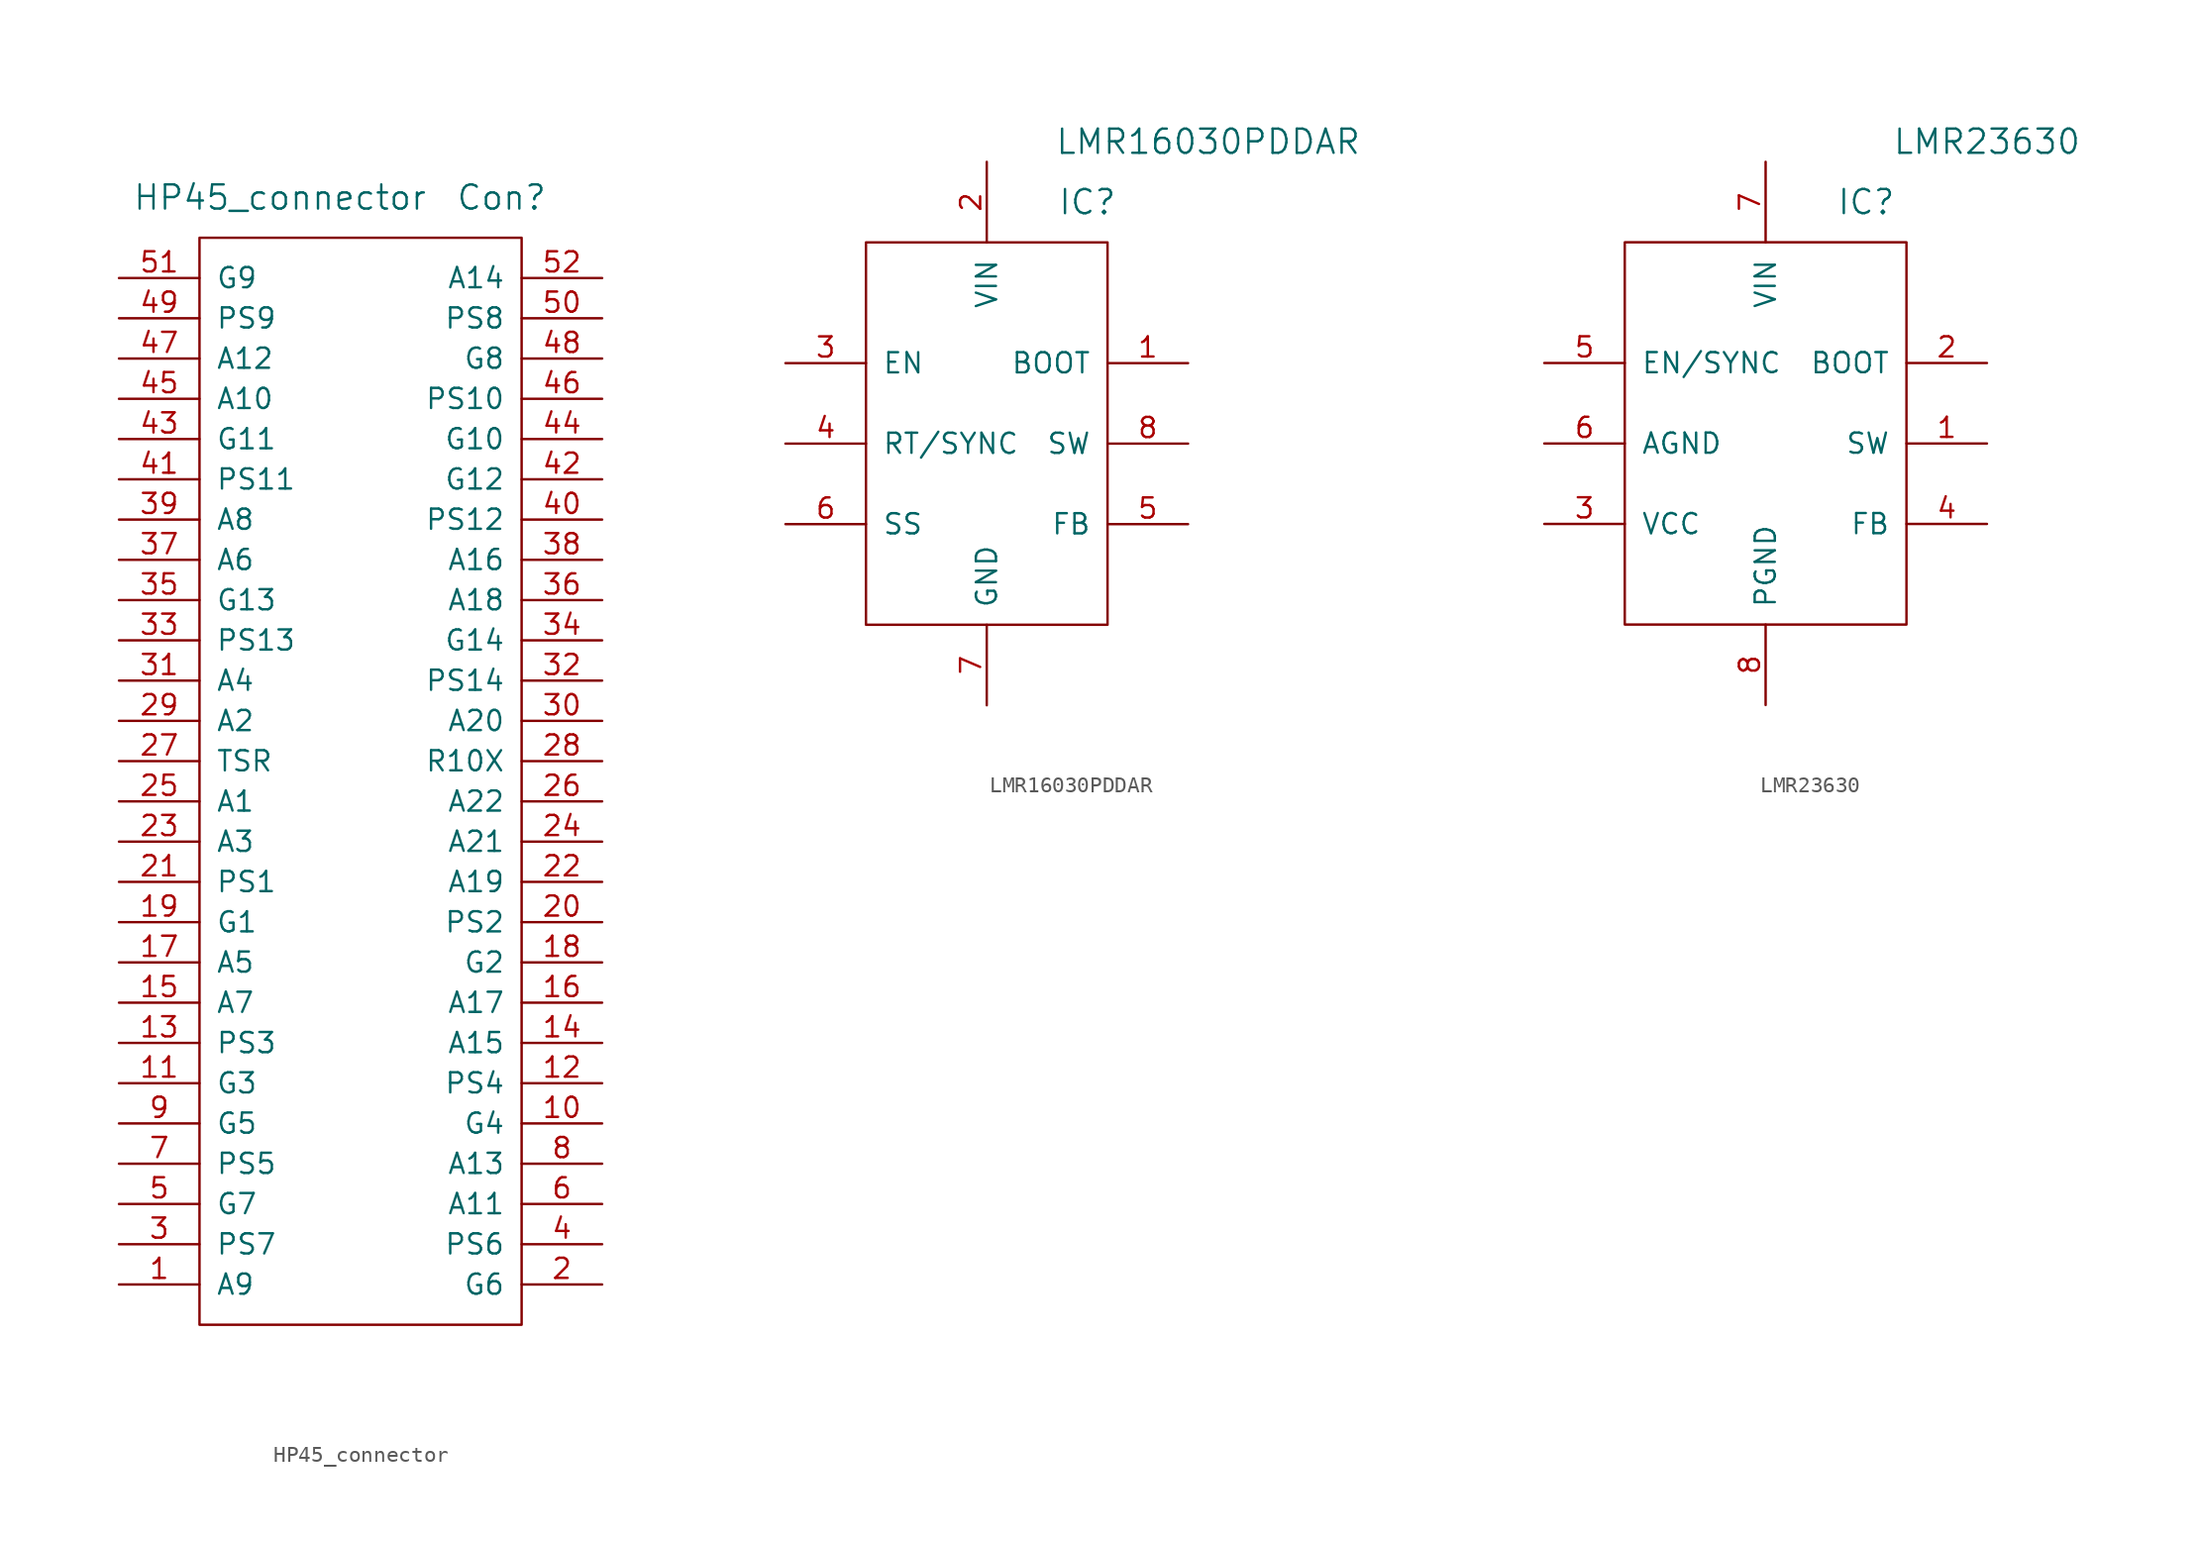
<source format=kicad_sym>
(kicad_symbol_lib
  (version 20220914)
  (generator kicad_symbol_editor)
  (symbol "HP45_connector"
    (pin_names
      (offset 1.016))
    (property "Reference" "Con"
      (at 8.89 2.54 0)
      (effects (font (size 1.524 1.524))))
    (property "Value" "HP45_connector"
      (at -5.08 2.54 0)
      (effects (font (size 1.524 1.524))))
    (symbol "HP45_connector_0_1"
      (rectangle (start -10.16 0) (end 10.16 -68.58) (stroke (width 0) (type solid)) (fill (type none))))
    (symbol "HP45_connector_1_1"
      (pin input line (at -15.24 -66.04 0) (length 5.08) (name "A9" (effects (font (size 1.27 1.27)))) (number "1" (effects (font (size 1.27 1.27)))))
      (pin input line (at 15.24 -55.88 180) (length 5.08) (name "G4" (effects (font (size 1.27 1.27)))) (number "10" (effects (font (size 1.27 1.27)))))
      (pin input line (at -15.24 -53.34 0) (length 5.08) (name "G3" (effects (font (size 1.27 1.27)))) (number "11" (effects (font (size 1.27 1.27)))))
      (pin input line (at 15.24 -53.34 180) (length 5.08) (name "PS4" (effects (font (size 1.27 1.27)))) (number "12" (effects (font (size 1.27 1.27)))))
      (pin input line (at -15.24 -50.8 0) (length 5.08) (name "PS3" (effects (font (size 1.27 1.27)))) (number "13" (effects (font (size 1.27 1.27)))))
      (pin input line (at 15.24 -50.8 180) (length 5.08) (name "A15" (effects (font (size 1.27 1.27)))) (number "14" (effects (font (size 1.27 1.27)))))
      (pin input line (at -15.24 -48.26 0) (length 5.08) (name "A7" (effects (font (size 1.27 1.27)))) (number "15" (effects (font (size 1.27 1.27)))))
      (pin input line (at 15.24 -48.26 180) (length 5.08) (name "A17" (effects (font (size 1.27 1.27)))) (number "16" (effects (font (size 1.27 1.27)))))
      (pin input line (at -15.24 -45.72 0) (length 5.08) (name "A5" (effects (font (size 1.27 1.27)))) (number "17" (effects (font (size 1.27 1.27)))))
      (pin input line (at 15.24 -45.72 180) (length 5.08) (name "G2" (effects (font (size 1.27 1.27)))) (number "18" (effects (font (size 1.27 1.27)))))
      (pin input line (at -15.24 -43.18 0) (length 5.08) (name "G1" (effects (font (size 1.27 1.27)))) (number "19" (effects (font (size 1.27 1.27)))))
      (pin input line (at 15.24 -66.04 180) (length 5.08) (name "G6" (effects (font (size 1.27 1.27)))) (number "2" (effects (font (size 1.27 1.27)))))
      (pin input line (at 15.24 -43.18 180) (length 5.08) (name "PS2" (effects (font (size 1.27 1.27)))) (number "20" (effects (font (size 1.27 1.27)))))
      (pin input line (at -15.24 -40.64 0) (length 5.08) (name "PS1" (effects (font (size 1.27 1.27)))) (number "21" (effects (font (size 1.27 1.27)))))
      (pin input line (at 15.24 -40.64 180) (length 5.08) (name "A19" (effects (font (size 1.27 1.27)))) (number "22" (effects (font (size 1.27 1.27)))))
      (pin input line (at -15.24 -38.1 0) (length 5.08) (name "A3" (effects (font (size 1.27 1.27)))) (number "23" (effects (font (size 1.27 1.27)))))
      (pin input line (at 15.24 -38.1 180) (length 5.08) (name "A21" (effects (font (size 1.27 1.27)))) (number "24" (effects (font (size 1.27 1.27)))))
      (pin input line (at -15.24 -35.56 0) (length 5.08) (name "A1" (effects (font (size 1.27 1.27)))) (number "25" (effects (font (size 1.27 1.27)))))
      (pin input line (at 15.24 -35.56 180) (length 5.08) (name "A22" (effects (font (size 1.27 1.27)))) (number "26" (effects (font (size 1.27 1.27)))))
      (pin input line (at -15.24 -33.02 0) (length 5.08) (name "TSR" (effects (font (size 1.27 1.27)))) (number "27" (effects (font (size 1.27 1.27)))))
      (pin input line (at 15.24 -33.02 180) (length 5.08) (name "R10X" (effects (font (size 1.27 1.27)))) (number "28" (effects (font (size 1.27 1.27)))))
      (pin input line (at -15.24 -30.48 0) (length 5.08) (name "A2" (effects (font (size 1.27 1.27)))) (number "29" (effects (font (size 1.27 1.27)))))
      (pin input line (at -15.24 -63.5 0) (length 5.08) (name "PS7" (effects (font (size 1.27 1.27)))) (number "3" (effects (font (size 1.27 1.27)))))
      (pin input line (at 15.24 -30.48 180) (length 5.08) (name "A20" (effects (font (size 1.27 1.27)))) (number "30" (effects (font (size 1.27 1.27)))))
      (pin input line (at -15.24 -27.94 0) (length 5.08) (name "A4" (effects (font (size 1.27 1.27)))) (number "31" (effects (font (size 1.27 1.27)))))
      (pin input line (at 15.24 -27.94 180) (length 5.08) (name "PS14" (effects (font (size 1.27 1.27)))) (number "32" (effects (font (size 1.27 1.27)))))
      (pin input line (at -15.24 -25.4 0) (length 5.08) (name "PS13" (effects (font (size 1.27 1.27)))) (number "33" (effects (font (size 1.27 1.27)))))
      (pin input line (at 15.24 -25.4 180) (length 5.08) (name "G14" (effects (font (size 1.27 1.27)))) (number "34" (effects (font (size 1.27 1.27)))))
      (pin input line (at -15.24 -22.86 0) (length 5.08) (name "G13" (effects (font (size 1.27 1.27)))) (number "35" (effects (font (size 1.27 1.27)))))
      (pin input line (at 15.24 -22.86 180) (length 5.08) (name "A18" (effects (font (size 1.27 1.27)))) (number "36" (effects (font (size 1.27 1.27)))))
      (pin input line (at -15.24 -20.32 0) (length 5.08) (name "A6" (effects (font (size 1.27 1.27)))) (number "37" (effects (font (size 1.27 1.27)))))
      (pin input line (at 15.24 -20.32 180) (length 5.08) (name "A16" (effects (font (size 1.27 1.27)))) (number "38" (effects (font (size 1.27 1.27)))))
      (pin input line (at -15.24 -17.78 0) (length 5.08) (name "A8" (effects (font (size 1.27 1.27)))) (number "39" (effects (font (size 1.27 1.27)))))
      (pin input line (at 15.24 -63.5 180) (length 5.08) (name "PS6" (effects (font (size 1.27 1.27)))) (number "4" (effects (font (size 1.27 1.27)))))
      (pin input line (at 15.24 -17.78 180) (length 5.08) (name "PS12" (effects (font (size 1.27 1.27)))) (number "40" (effects (font (size 1.27 1.27)))))
      (pin input line (at -15.24 -15.24 0) (length 5.08) (name "PS11" (effects (font (size 1.27 1.27)))) (number "41" (effects (font (size 1.27 1.27)))))
      (pin input line (at 15.24 -15.24 180) (length 5.08) (name "G12" (effects (font (size 1.27 1.27)))) (number "42" (effects (font (size 1.27 1.27)))))
      (pin input line (at -15.24 -12.7 0) (length 5.08) (name "G11" (effects (font (size 1.27 1.27)))) (number "43" (effects (font (size 1.27 1.27)))))
      (pin input line (at 15.24 -12.7 180) (length 5.08) (name "G10" (effects (font (size 1.27 1.27)))) (number "44" (effects (font (size 1.27 1.27)))))
      (pin input line (at -15.24 -10.16 0) (length 5.08) (name "A10" (effects (font (size 1.27 1.27)))) (number "45" (effects (font (size 1.27 1.27)))))
      (pin input line (at 15.24 -10.16 180) (length 5.08) (name "PS10" (effects (font (size 1.27 1.27)))) (number "46" (effects (font (size 1.27 1.27)))))
      (pin input line (at -15.24 -7.62 0) (length 5.08) (name "A12" (effects (font (size 1.27 1.27)))) (number "47" (effects (font (size 1.27 1.27)))))
      (pin input line (at 15.24 -7.62 180) (length 5.08) (name "G8" (effects (font (size 1.27 1.27)))) (number "48" (effects (font (size 1.27 1.27)))))
      (pin input line (at -15.24 -5.08 0) (length 5.08) (name "PS9" (effects (font (size 1.27 1.27)))) (number "49" (effects (font (size 1.27 1.27)))))
      (pin input line (at -15.24 -60.96 0) (length 5.08) (name "G7" (effects (font (size 1.27 1.27)))) (number "5" (effects (font (size 1.27 1.27)))))
      (pin input line (at 15.24 -5.08 180) (length 5.08) (name "PS8" (effects (font (size 1.27 1.27)))) (number "50" (effects (font (size 1.27 1.27)))))
      (pin input line (at -15.24 -2.54 0) (length 5.08) (name "G9" (effects (font (size 1.27 1.27)))) (number "51" (effects (font (size 1.27 1.27)))))
      (pin input line (at 15.24 -2.54 180) (length 5.08) (name "A14" (effects (font (size 1.27 1.27)))) (number "52" (effects (font (size 1.27 1.27)))))
      (pin input line (at 15.24 -60.96 180) (length 5.08) (name "A11" (effects (font (size 1.27 1.27)))) (number "6" (effects (font (size 1.27 1.27)))))
      (pin input line (at -15.24 -58.42 0) (length 5.08) (name "PS5" (effects (font (size 1.27 1.27)))) (number "7" (effects (font (size 1.27 1.27)))))
      (pin input line (at 15.24 -58.42 180) (length 5.08) (name "A13" (effects (font (size 1.27 1.27)))) (number "8" (effects (font (size 1.27 1.27)))))
      (pin input line (at -15.24 -55.88 0) (length 5.08) (name "G5" (effects (font (size 1.27 1.27)))) (number "9" (effects (font (size 1.27 1.27)))))))
  (symbol "LMR16030PDDAR"
    (pin_names
      (offset 1.016))
    (property "Reference" "IC"
      (at 6.35 15.24 0)
      (effects (font (size 1.524 1.524))))
    (property "Value" "LMR16030PDDAR"
      (at 13.97 19.05 0)
      (effects (font (size 1.524 1.524))))
    (symbol "LMR16030PDDAR_0_1"
      (rectangle (start -7.62 12.7) (end 7.62 -11.43) (stroke (width 0) (type solid)) (fill (type none))))
    (symbol "LMR16030PDDAR_1_1"
      (pin input line (at 12.7 5.08 180) (length 5.08) (name "BOOT" (effects (font (size 1.27 1.27)))) (number "1" (effects (font (size 1.27 1.27)))))
      (pin input line (at 0 17.78 270) (length 5.08) (name "VIN" (effects (font (size 1.27 1.27)))) (number "2" (effects (font (size 1.27 1.27)))))
      (pin input line (at -12.7 5.08 0) (length 5.08) (name "EN" (effects (font (size 1.27 1.27)))) (number "3" (effects (font (size 1.27 1.27)))))
      (pin input line (at -12.7 0 0) (length 5.08) (name "RT/SYNC" (effects (font (size 1.27 1.27)))) (number "4" (effects (font (size 1.27 1.27)))))
      (pin input line (at 12.7 -5.08 180) (length 5.08) (name "FB" (effects (font (size 1.27 1.27)))) (number "5" (effects (font (size 1.27 1.27)))))
      (pin input line (at -12.7 -5.08 0) (length 5.08) (name "SS" (effects (font (size 1.27 1.27)))) (number "6" (effects (font (size 1.27 1.27)))))
      (pin input line (at 0 -16.51 90) (length 5.08) (name "GND" (effects (font (size 1.27 1.27)))) (number "7" (effects (font (size 1.27 1.27)))))
      (pin input line (at 12.7 0 180) (length 5.08) (name "SW" (effects (font (size 1.27 1.27)))) (number "8" (effects (font (size 1.27 1.27)))))))
  (symbol "LMR23630"
    (pin_names
      (offset 1.016))
    (property "Reference" "IC"
      (at 6.35 15.24 0)
      (effects (font (size 1.524 1.524))))
    (property "Value" "LMR23630"
      (at 13.97 19.05 0)
      (effects (font (size 1.524 1.524))))
    (symbol "LMR23630_0_1"
      (rectangle (start -8.89 12.7) (end 8.89 -11.43) (stroke (width 0) (type solid)) (fill (type none))))
    (symbol "LMR23630_1_1"
      (pin input line (at 13.97 0 180) (length 5.08) (name "SW" (effects (font (size 1.27 1.27)))) (number "1" (effects (font (size 1.27 1.27)))))
      (pin input line (at 13.97 5.08 180) (length 5.08) (name "BOOT" (effects (font (size 1.27 1.27)))) (number "2" (effects (font (size 1.27 1.27)))))
      (pin input line (at -13.97 -5.08 0) (length 5.08) (name "VCC" (effects (font (size 1.27 1.27)))) (number "3" (effects (font (size 1.27 1.27)))))
      (pin input line (at 13.97 -5.08 180) (length 5.08) (name "FB" (effects (font (size 1.27 1.27)))) (number "4" (effects (font (size 1.27 1.27)))))
      (pin input line (at -13.97 5.08 0) (length 5.08) (name "EN/SYNC" (effects (font (size 1.27 1.27)))) (number "5" (effects (font (size 1.27 1.27)))))
      (pin input line (at -13.97 0 0) (length 5.08) (name "AGND" (effects (font (size 1.27 1.27)))) (number "6" (effects (font (size 1.27 1.27)))))
      (pin input line (at 0 17.78 270) (length 5.08) (name "VIN" (effects (font (size 1.27 1.27)))) (number "7" (effects (font (size 1.27 1.27)))))
      (pin input line (at 0 -16.51 90) (length 5.08) (name "PGND" (effects (font (size 1.27 1.27)))) (number "8" (effects (font (size 1.27 1.27))))))))
</source>
